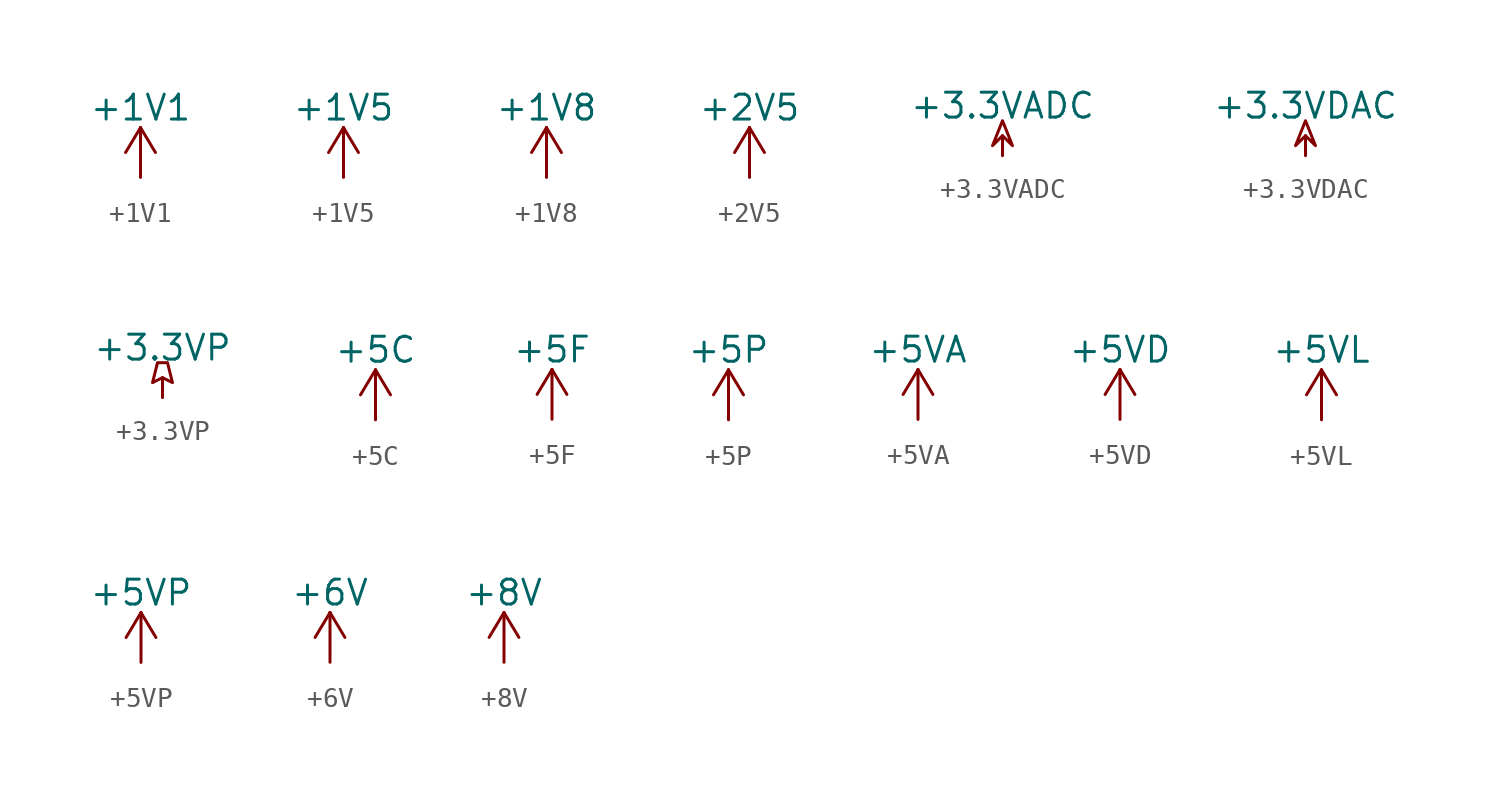
<source format=kicad_sym>
(kicad_symbol_lib
  (version 20211014)
  (generator kicad_symbol_editor)
  (symbol "+1V1"
    (power)
    (pin_names
      (offset 0))
    (property "Reference" "#PWR"
      (at 0 -3.81 0)
      (effects (font (size 1.27 1.27)) hide))
    (property "Value" "+1V1"
      (at 0 3.556 0)
      (effects (font (size 1.27 1.27))))
    (property "Footprint" ""
      (at 0 0 0)
      (effects (font (size 1.524 1.524))))
    (property "Datasheet" ""
      (at 0 0 0)
      (effects (font (size 1.524 1.524))))
    (symbol "+1V1_0_1"
      (polyline (pts (xy -0.762 1.27) (xy 0 2.54)) (stroke (width 0) (type default) (color 0 0 0 0)) (fill (type none)))
      (polyline (pts (xy 0 0) (xy 0 2.54)) (stroke (width 0) (type default) (color 0 0 0 0)) (fill (type none)))
      (polyline (pts (xy 0 2.54) (xy 0.762 1.27)) (stroke (width 0) (type default) (color 0 0 0 0)) (fill (type none))))
    (symbol "+1V1_1_1"
      (pin power_in line (at 0 0 90) (length 0) hide (name "+1V1" (effects (font (size 1.27 1.27)))) (number "1" (effects (font (size 1.27 1.27)))))))
  (symbol "+1V5"
    (power)
    (pin_names
      (offset 0))
    (property "Reference" "#PWR"
      (at 0 -3.81 0)
      (effects (font (size 1.27 1.27)) hide))
    (property "Value" "+1V5"
      (at 0 3.556 0)
      (effects (font (size 1.27 1.27))))
    (property "Footprint" ""
      (at 0 0 0)
      (effects (font (size 1.524 1.524))))
    (property "Datasheet" ""
      (at 0 0 0)
      (effects (font (size 1.524 1.524))))
    (symbol "+1V5_0_1"
      (polyline (pts (xy -0.762 1.27) (xy 0 2.54)) (stroke (width 0) (type default) (color 0 0 0 0)) (fill (type none)))
      (polyline (pts (xy 0 0) (xy 0 2.54)) (stroke (width 0) (type default) (color 0 0 0 0)) (fill (type none)))
      (polyline (pts (xy 0 2.54) (xy 0.762 1.27)) (stroke (width 0) (type default) (color 0 0 0 0)) (fill (type none))))
    (symbol "+1V5_1_1"
      (pin power_in line (at 0 0 90) (length 0) hide (name "+1V5" (effects (font (size 1.27 1.27)))) (number "1" (effects (font (size 1.27 1.27)))))))
  (symbol "+1V8"
    (power)
    (pin_names
      (offset 0))
    (property "Reference" "#PWR"
      (at 0 -3.81 0)
      (effects (font (size 1.27 1.27)) hide))
    (property "Value" "+1V8"
      (at 0 3.556 0)
      (effects (font (size 1.27 1.27))))
    (property "Footprint" ""
      (at 0 0 0)
      (effects (font (size 1.524 1.524))))
    (property "Datasheet" ""
      (at 0 0 0)
      (effects (font (size 1.524 1.524))))
    (symbol "+1V8_0_1"
      (polyline (pts (xy -0.762 1.27) (xy 0 2.54)) (stroke (width 0) (type default) (color 0 0 0 0)) (fill (type none)))
      (polyline (pts (xy 0 0) (xy 0 2.54)) (stroke (width 0) (type default) (color 0 0 0 0)) (fill (type none)))
      (polyline (pts (xy 0 2.54) (xy 0.762 1.27)) (stroke (width 0) (type default) (color 0 0 0 0)) (fill (type none))))
    (symbol "+1V8_1_1"
      (pin power_in line (at 0 0 90) (length 0) hide (name "+1V8" (effects (font (size 1.27 1.27)))) (number "1" (effects (font (size 1.27 1.27)))))))
  (symbol "+2V5"
    (power)
    (pin_names
      (offset 0))
    (property "Reference" "#PWR"
      (at 0 -3.81 0)
      (effects (font (size 1.27 1.27)) hide))
    (property "Value" "+2V5"
      (at 0 3.556 0)
      (effects (font (size 1.27 1.27))))
    (property "Footprint" ""
      (at 0 0 0)
      (effects (font (size 1.524 1.524))))
    (property "Datasheet" ""
      (at 0 0 0)
      (effects (font (size 1.524 1.524))))
    (symbol "+2V5_0_1"
      (polyline (pts (xy -0.762 1.27) (xy 0 2.54)) (stroke (width 0) (type default) (color 0 0 0 0)) (fill (type none)))
      (polyline (pts (xy 0 0) (xy 0 2.54)) (stroke (width 0) (type default) (color 0 0 0 0)) (fill (type none)))
      (polyline (pts (xy 0 2.54) (xy 0.762 1.27)) (stroke (width 0) (type default) (color 0 0 0 0)) (fill (type none))))
    (symbol "+2V5_1_1"
      (pin power_in line (at 0 0 90) (length 0) hide (name "+2V5" (effects (font (size 1.27 1.27)))) (number "1" (effects (font (size 1.27 1.27)))))))
  (symbol "+3.3VADC"
    (power)
    (pin_names
      (offset 0))
    (property "Reference" "#PWR"
      (at 3.81 -1.27 0)
      (effects (font (size 1.27 1.27)) hide))
    (property "Value" "+3.3VADC"
      (at 0 2.54 0)
      (effects (font (size 1.27 1.27))))
    (property "Footprint" ""
      (at 0 0 0)
      (effects (font (size 1.524 1.524))))
    (property "Datasheet" ""
      (at 0 0 0)
      (effects (font (size 1.524 1.524))))
    (symbol "+3.3VADC_0_0"
      (pin power_in line (at 0 0 90) (length 0) hide (name "+3.3VADC" (effects (font (size 0.508 0.508)))) (number "1" (effects (font (size 0.508 0.508))))))
    (symbol "+3.3VADC_0_1"
      (polyline (pts (xy 0 0) (xy 0 1.016) (xy 0 1.016)) (stroke (width 0) (type default) (color 0 0 0 0)) (fill (type none)))
      (polyline (pts (xy 0 1.016) (xy 0.508 0.508) (xy 0 1.778) (xy -0.508 0.508) (xy 0 1.016) (xy 0 1.016)) (stroke (width 0) (type default) (color 0 0 0 0)) (fill (type none)))))
  (symbol "+3.3VDAC"
    (power)
    (pin_names
      (offset 0))
    (property "Reference" "#PWR"
      (at 3.81 -1.27 0)
      (effects (font (size 1.27 1.27)) hide))
    (property "Value" "+3.3VDAC"
      (at 0 2.54 0)
      (effects (font (size 1.27 1.27))))
    (property "Footprint" ""
      (at 0 0 0)
      (effects (font (size 1.524 1.524))))
    (property "Datasheet" ""
      (at 0 0 0)
      (effects (font (size 1.524 1.524))))
    (symbol "+3.3VDAC_0_0"
      (pin power_in line (at 0 0 90) (length 0) hide (name "+3.3VDAC" (effects (font (size 0.508 0.508)))) (number "1" (effects (font (size 0.508 0.508))))))
    (symbol "+3.3VDAC_0_1"
      (polyline (pts (xy 0 0) (xy 0 1.016) (xy 0 1.016)) (stroke (width 0) (type default) (color 0 0 0 0)) (fill (type none)))
      (polyline (pts (xy 0 1.016) (xy 0.508 0.508) (xy 0 1.778) (xy -0.508 0.508) (xy 0 1.016) (xy 0 1.016)) (stroke (width 0) (type default) (color 0 0 0 0)) (fill (type none)))))
  (symbol "+3.3VP"
    (power)
    (pin_names
      (offset 0))
    (property "Reference" "#PWR"
      (at 3.81 -1.27 0)
      (effects (font (size 1.27 1.27)) hide))
    (property "Value" "+3.3VP"
      (at 0 2.54 0)
      (effects (font (size 1.27 1.27))))
    (property "Footprint" ""
      (at 0 0 0)
      (effects (font (size 1.524 1.524))))
    (property "Datasheet" ""
      (at 0 0 0)
      (effects (font (size 1.524 1.524))))
    (symbol "+3.3VP_0_0"
      (pin power_in line (at 0 0 90) (length 0) hide (name "+3.3VP" (effects (font (size 0.508 0.508)))) (number "1" (effects (font (size 0.508 0.508))))))
    (symbol "+3.3VP_0_1"
      (polyline (pts (xy 0 0) (xy 0 1.016) (xy 0 1.016)) (stroke (width 0) (type default) (color 0 0 0 0)) (fill (type none)))
      (polyline (pts (xy 0.508 0.762) (xy 0 1.016) (xy -0.508 0.762) (xy -0.254 1.778) (xy 0.254 1.778) (xy 0.508 0.762) (xy 0.508 0.762)) (stroke (width 0) (type default) (color 0 0 0 0)) (fill (type none)))))
  (symbol "+5C"
    (power)
    (pin_names
      (offset 0))
    (property "Reference" "#PWR"
      (at 0 -3.81 0)
      (effects (font (size 1.27 1.27)) hide))
    (property "Value" "+5C"
      (at 0 3.556 0)
      (effects (font (size 1.27 1.27))))
    (property "Footprint" ""
      (at 0 0 0)
      (effects (font (size 1.524 1.524))))
    (property "Datasheet" ""
      (at 0 0 0)
      (effects (font (size 1.524 1.524))))
    (symbol "+5C_0_1"
      (polyline (pts (xy -0.762 1.27) (xy 0 2.54)) (stroke (width 0) (type default) (color 0 0 0 0)) (fill (type none)))
      (polyline (pts (xy 0 0) (xy 0 2.54)) (stroke (width 0) (type default) (color 0 0 0 0)) (fill (type none)))
      (polyline (pts (xy 0 2.54) (xy 0.762 1.27)) (stroke (width 0) (type default) (color 0 0 0 0)) (fill (type none))))
    (symbol "+5C_1_1"
      (pin power_in line (at 0 0 90) (length 0) hide (name "+5C" (effects (font (size 1.27 1.27)))) (number "1" (effects (font (size 1.27 1.27)))))))
  (symbol "+5F"
    (power)
    (pin_names
      (offset 0))
    (property "Reference" "#PWR"
      (at 0 -3.81 0)
      (effects (font (size 1.27 1.27)) hide))
    (property "Value" "+5F"
      (at 0 3.556 0)
      (effects (font (size 1.27 1.27))))
    (property "Footprint" ""
      (at 0 0 0)
      (effects (font (size 1.524 1.524))))
    (property "Datasheet" ""
      (at 0 0 0)
      (effects (font (size 1.524 1.524))))
    (symbol "+5F_0_1"
      (polyline (pts (xy -0.762 1.27) (xy 0 2.54)) (stroke (width 0) (type default) (color 0 0 0 0)) (fill (type none)))
      (polyline (pts (xy 0 0) (xy 0 2.54)) (stroke (width 0) (type default) (color 0 0 0 0)) (fill (type none)))
      (polyline (pts (xy 0 2.54) (xy 0.762 1.27)) (stroke (width 0) (type default) (color 0 0 0 0)) (fill (type none))))
    (symbol "+5F_1_1"
      (pin power_in line (at 0 0 90) (length 0) hide (name "+5F" (effects (font (size 1.27 1.27)))) (number "1" (effects (font (size 1.27 1.27)))))))
  (symbol "+5P"
    (power)
    (pin_names
      (offset 0))
    (property "Reference" "#PWR"
      (at 0 -3.81 0)
      (effects (font (size 1.27 1.27)) hide))
    (property "Value" "+5P"
      (at 0 3.556 0)
      (effects (font (size 1.27 1.27))))
    (property "Footprint" ""
      (at 0 0 0)
      (effects (font (size 1.524 1.524))))
    (property "Datasheet" ""
      (at 0 0 0)
      (effects (font (size 1.524 1.524))))
    (symbol "+5P_0_1"
      (polyline (pts (xy -0.762 1.27) (xy 0 2.54)) (stroke (width 0) (type default) (color 0 0 0 0)) (fill (type none)))
      (polyline (pts (xy 0 0) (xy 0 2.54)) (stroke (width 0) (type default) (color 0 0 0 0)) (fill (type none)))
      (polyline (pts (xy 0 2.54) (xy 0.762 1.27)) (stroke (width 0) (type default) (color 0 0 0 0)) (fill (type none))))
    (symbol "+5P_1_1"
      (pin power_in line (at 0 0 90) (length 0) hide (name "+5P" (effects (font (size 1.27 1.27)))) (number "1" (effects (font (size 1.27 1.27)))))))
  (symbol "+5VA"
    (power)
    (pin_names
      (offset 0))
    (property "Reference" "#PWR"
      (at 0 -3.81 0)
      (effects (font (size 1.27 1.27)) hide))
    (property "Value" "+5VA"
      (at 0 3.556 0)
      (effects (font (size 1.27 1.27))))
    (property "Footprint" ""
      (at 0 0 0)
      (effects (font (size 1.524 1.524))))
    (property "Datasheet" ""
      (at 0 0 0)
      (effects (font (size 1.524 1.524))))
    (symbol "+5VA_0_1"
      (polyline (pts (xy -0.762 1.27) (xy 0 2.54)) (stroke (width 0) (type default) (color 0 0 0 0)) (fill (type none)))
      (polyline (pts (xy 0 0) (xy 0 2.54)) (stroke (width 0) (type default) (color 0 0 0 0)) (fill (type none)))
      (polyline (pts (xy 0 2.54) (xy 0.762 1.27)) (stroke (width 0) (type default) (color 0 0 0 0)) (fill (type none))))
    (symbol "+5VA_1_1"
      (pin power_in line (at 0 0 90) (length 0) hide (name "+5VA" (effects (font (size 1.27 1.27)))) (number "1" (effects (font (size 1.27 1.27)))))))
  (symbol "+5VD"
    (power)
    (pin_names
      (offset 0))
    (property "Reference" "#PWR"
      (at 0 -3.81 0)
      (effects (font (size 1.27 1.27)) hide))
    (property "Value" "+5VD"
      (at 0 3.556 0)
      (effects (font (size 1.27 1.27))))
    (property "Footprint" ""
      (at 0 0 0)
      (effects (font (size 1.524 1.524))))
    (property "Datasheet" ""
      (at 0 0 0)
      (effects (font (size 1.524 1.524))))
    (symbol "+5VD_0_1"
      (polyline (pts (xy -0.762 1.27) (xy 0 2.54)) (stroke (width 0) (type default) (color 0 0 0 0)) (fill (type none)))
      (polyline (pts (xy 0 0) (xy 0 2.54)) (stroke (width 0) (type default) (color 0 0 0 0)) (fill (type none)))
      (polyline (pts (xy 0 2.54) (xy 0.762 1.27)) (stroke (width 0) (type default) (color 0 0 0 0)) (fill (type none))))
    (symbol "+5VD_1_1"
      (pin power_in line (at 0 0 90) (length 0) hide (name "+5VD" (effects (font (size 1.27 1.27)))) (number "1" (effects (font (size 1.27 1.27)))))))
  (symbol "+5VL"
    (power)
    (pin_names
      (offset 0))
    (property "Reference" "#PWR"
      (at 0 -3.81 0)
      (effects (font (size 1.27 1.27)) hide))
    (property "Value" "+5VL"
      (at 0 3.556 0)
      (effects (font (size 1.27 1.27))))
    (property "Footprint" ""
      (at 0 0 0)
      (effects (font (size 1.524 1.524))))
    (property "Datasheet" ""
      (at 0 0 0)
      (effects (font (size 1.524 1.524))))
    (symbol "+5VL_0_1"
      (polyline (pts (xy -0.762 1.27) (xy 0 2.54)) (stroke (width 0) (type default) (color 0 0 0 0)) (fill (type none)))
      (polyline (pts (xy 0 0) (xy 0 2.54)) (stroke (width 0) (type default) (color 0 0 0 0)) (fill (type none)))
      (polyline (pts (xy 0 2.54) (xy 0.762 1.27)) (stroke (width 0) (type default) (color 0 0 0 0)) (fill (type none))))
    (symbol "+5VL_1_1"
      (pin power_in line (at 0 0 90) (length 0) hide (name "+5VL" (effects (font (size 1.27 1.27)))) (number "1" (effects (font (size 1.27 1.27)))))))
  (symbol "+5VP"
    (power)
    (pin_names
      (offset 0))
    (property "Reference" "#PWR"
      (at 0 -3.81 0)
      (effects (font (size 1.27 1.27)) hide))
    (property "Value" "+5VP"
      (at 0 3.556 0)
      (effects (font (size 1.27 1.27))))
    (property "Footprint" ""
      (at 0 0 0)
      (effects (font (size 1.524 1.524))))
    (property "Datasheet" ""
      (at 0 0 0)
      (effects (font (size 1.524 1.524))))
    (symbol "+5VP_0_1"
      (polyline (pts (xy -0.762 1.27) (xy 0 2.54)) (stroke (width 0) (type default) (color 0 0 0 0)) (fill (type none)))
      (polyline (pts (xy 0 0) (xy 0 2.54)) (stroke (width 0) (type default) (color 0 0 0 0)) (fill (type none)))
      (polyline (pts (xy 0 2.54) (xy 0.762 1.27)) (stroke (width 0) (type default) (color 0 0 0 0)) (fill (type none))))
    (symbol "+5VP_1_1"
      (pin power_in line (at 0 0 90) (length 0) hide (name "+5VP" (effects (font (size 1.27 1.27)))) (number "1" (effects (font (size 1.27 1.27)))))))
  (symbol "+6V"
    (power)
    (pin_names
      (offset 0))
    (property "Reference" "#PWR"
      (at 0 -3.81 0)
      (effects (font (size 1.27 1.27)) hide))
    (property "Value" "+6V"
      (at 0 3.556 0)
      (effects (font (size 1.27 1.27))))
    (property "Footprint" ""
      (at 0 0 0)
      (effects (font (size 1.524 1.524))))
    (property "Datasheet" ""
      (at 0 0 0)
      (effects (font (size 1.524 1.524))))
    (symbol "+6V_0_1"
      (polyline (pts (xy -0.762 1.27) (xy 0 2.54)) (stroke (width 0) (type default) (color 0 0 0 0)) (fill (type none)))
      (polyline (pts (xy 0 0) (xy 0 2.54)) (stroke (width 0) (type default) (color 0 0 0 0)) (fill (type none)))
      (polyline (pts (xy 0 2.54) (xy 0.762 1.27)) (stroke (width 0) (type default) (color 0 0 0 0)) (fill (type none))))
    (symbol "+6V_1_1"
      (pin power_in line (at 0 0 90) (length 0) hide (name "+6V" (effects (font (size 1.27 1.27)))) (number "1" (effects (font (size 1.27 1.27)))))))
  (symbol "+8V"
    (power)
    (pin_names
      (offset 0))
    (property "Reference" "#PWR"
      (at 0 -3.81 0)
      (effects (font (size 1.27 1.27)) hide))
    (property "Value" "+8V"
      (at 0 3.556 0)
      (effects (font (size 1.27 1.27))))
    (property "Footprint" ""
      (at 0 0 0)
      (effects (font (size 1.524 1.524))))
    (property "Datasheet" ""
      (at 0 0 0)
      (effects (font (size 1.524 1.524))))
    (symbol "+8V_0_1"
      (polyline (pts (xy -0.762 1.27) (xy 0 2.54)) (stroke (width 0) (type default) (color 0 0 0 0)) (fill (type none)))
      (polyline (pts (xy 0 0) (xy 0 2.54)) (stroke (width 0) (type default) (color 0 0 0 0)) (fill (type none)))
      (polyline (pts (xy 0 2.54) (xy 0.762 1.27)) (stroke (width 0) (type default) (color 0 0 0 0)) (fill (type none))))
    (symbol "+8V_1_1"
      (pin power_in line (at 0 0 90) (length 0) hide (name "+8V" (effects (font (size 1.27 1.27)))) (number "1" (effects (font (size 1.27 1.27))))))))
</source>
